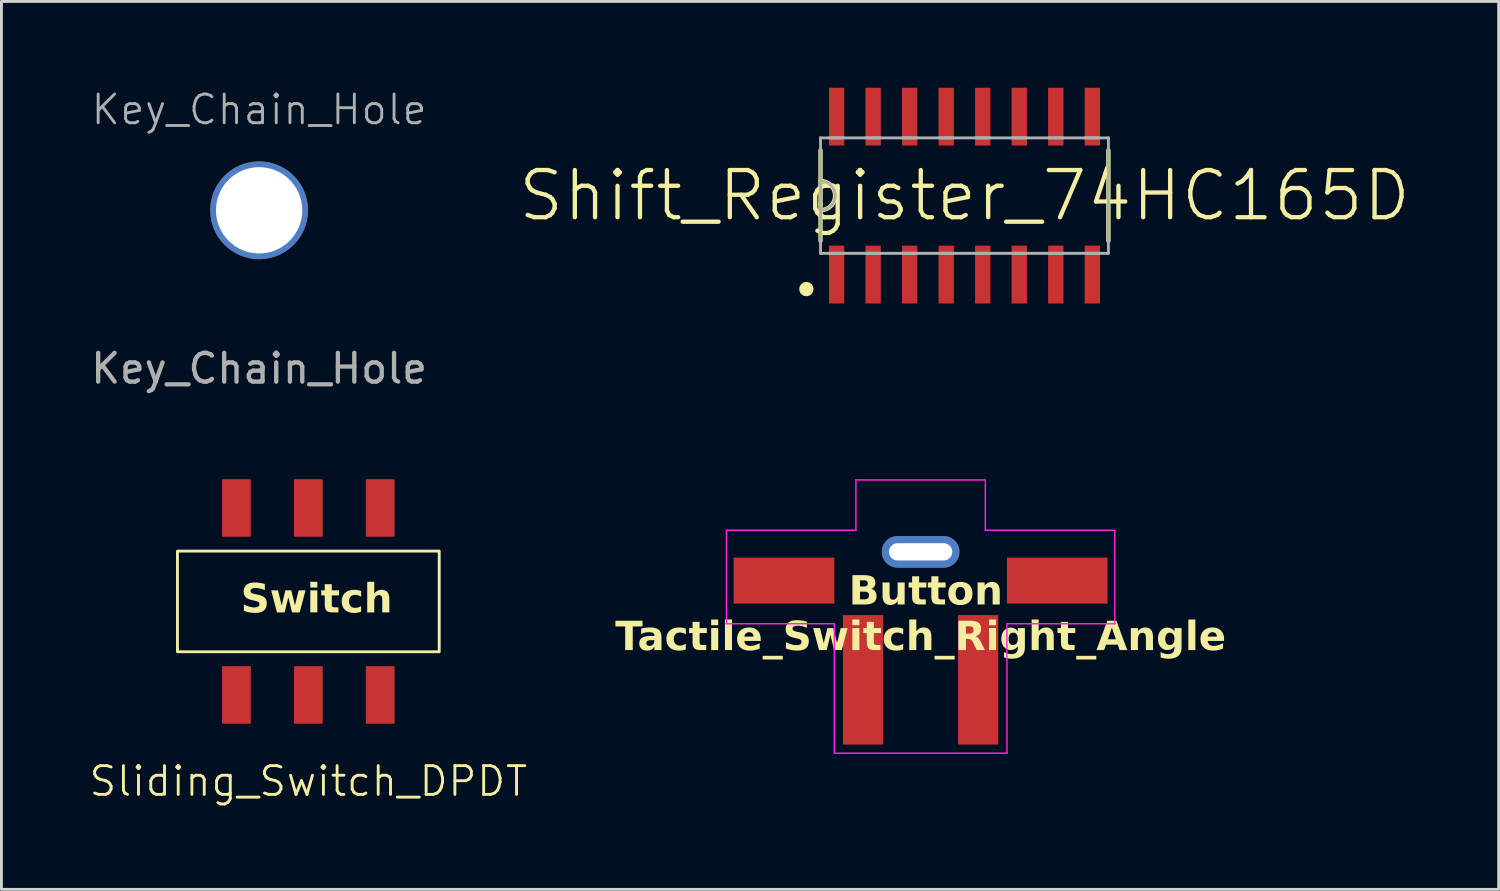
<source format=kicad_pcb>
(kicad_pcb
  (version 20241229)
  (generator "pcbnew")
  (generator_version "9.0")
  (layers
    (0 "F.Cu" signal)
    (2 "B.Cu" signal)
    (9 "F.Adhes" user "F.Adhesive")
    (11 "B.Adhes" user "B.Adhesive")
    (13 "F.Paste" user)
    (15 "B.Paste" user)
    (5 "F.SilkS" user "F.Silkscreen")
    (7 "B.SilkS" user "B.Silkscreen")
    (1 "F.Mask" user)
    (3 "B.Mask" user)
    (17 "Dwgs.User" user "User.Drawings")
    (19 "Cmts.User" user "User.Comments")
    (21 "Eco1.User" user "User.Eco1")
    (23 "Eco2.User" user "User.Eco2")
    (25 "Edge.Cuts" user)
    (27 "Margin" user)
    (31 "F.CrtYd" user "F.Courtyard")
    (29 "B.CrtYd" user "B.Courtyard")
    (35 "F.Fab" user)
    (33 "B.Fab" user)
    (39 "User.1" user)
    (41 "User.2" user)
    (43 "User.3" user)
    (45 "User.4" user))
  (footprint "Key_Chain_Hole"
    (layer "F.Cu")
    (at 5.958 4.261)
    (property "Reference" "Key_Chain_Hole" (at 0 -3.5 0) (unlocked yes) (layer "F.Fab") (effects (font (size 1 1) (thickness 0.1))))
    (attr through_hole)
    (fp_text user "${REFERENCE}" (at 0 5.5 0) (unlocked yes) (layer "F.Fab") (effects (font (size 1 1) (thickness 0.15))))
    (pad "1" thru_hole circle (at 0 0) (size 3.4 3.4) (drill 3) (layers "*.Cu" "*.Mask")))
  (footprint "Tactile_Switch_Right_Angle"
    (layer "F.Cu")
    (at 28.955 19.134)
    (property "Reference" "Tactile_Switch_Right_Angle" (at 0 0 0) (unlocked yes) (layer "F.SilkS") (effects (font (face "Arial Black") (size 1 1) (thickness 0.15))))
    (attr smd)
    (fp_line (start -6.75 -3.75) (end -2.25 -3.75) (stroke (width 0.05) (type default)) (layer "F.CrtYd"))
    (fp_line (start -6.75 -0.5) (end -6.75 -3.75) (stroke (width 0.05) (type default)) (layer "F.CrtYd"))
    (fp_line (start -3 -0.5) (end -6.75 -0.5) (stroke (width 0.05) (type default)) (layer "F.CrtYd"))
    (fp_line (start -3 4) (end -3 -0.5) (stroke (width 0.05) (type default)) (layer "F.CrtYd"))
    (fp_line (start -2.25 -5.5) (end 2.25 -5.5) (stroke (width 0.05) (type default)) (layer "F.CrtYd"))
    (fp_line (start -2.25 -3.75) (end -2.25 -5.5) (stroke (width 0.05) (type default)) (layer "F.CrtYd"))
    (fp_line (start 2.25 -5.5) (end 2.25 -3.75) (stroke (width 0.05) (type default)) (layer "F.CrtYd"))
    (fp_line (start 2.25 -3.75) (end 6.75 -3.75) (stroke (width 0.05) (type default)) (layer "F.CrtYd"))
    (fp_line (start 3 -0.5) (end 3 4) (stroke (width 0.05) (type default)) (layer "F.CrtYd"))
    (fp_line (start 3 4) (end -3 4) (stroke (width 0.05) (type default)) (layer "F.CrtYd"))
    (fp_line (start 6.75 -3.75) (end 6.75 -0.5) (stroke (width 0.05) (type default)) (layer "F.CrtYd"))
    (fp_line (start 6.75 -0.5) (end 3 -0.5) (stroke (width 0.05) (type default)) (layer "F.CrtYd"))
    (fp_text user "Button" (at -2.5 -1 0) (unlocked yes) (layer "F.SilkS") (effects (font (face "Arial Black") (size 1 1) (thickness 0.1)) (justify left bottom)))
    (pad "" smd rect (at -4.75 -2 180) (size 3.5 1.6) (layers "F.Cu" "F.Mask"))
    (pad "" thru_hole oval (at 0 -3) (size 2.7 1.1) (drill oval 2.2 0.6) (layers "*.Cu" "*.Mask"))
    (pad "" smd rect (at 4.75 -2 180) (size 3.5 1.6) (layers "F.Cu" "F.Mask"))
    (pad "1" smd rect (at -2 1.45 90) (size 4.5 1.4) (layers "F.Cu" "F.Mask"))
    (pad "2" smd rect (at 2 1.45 90) (size 4.5 1.4) (layers "F.Cu" "F.Mask")))
  (footprint "Sliding_Switch_DPDT"
    (layer "F.Cu")
    (at 7.669 17.859)
    (property "Reference" "Sliding_Switch_DPDT" (at 0 6.25 0) (unlocked yes) (layer "F.SilkS") (effects (font (size 1 1) (thickness 0.1))))
    (attr smd)
    (fp_rect (start -4.55 -1.75) (end 4.55 1.75) (stroke (width 0.1) (type default)) (fill no) (layer "F.SilkS"))
    (fp_text user "Switch" (at -2.35 0.55 0) (unlocked yes) (layer "F.SilkS") (effects (font (face "Arial Black") (size 1 1) (thickness 0.1)) (justify left bottom)))
    (pad "1" smd rect (at 2.5 -3.25) (size 1 2) (layers "F.Cu" "F.Mask"))
    (pad "1" smd rect (at 2.5 3.25) (size 1 2) (layers "F.Cu" "F.Mask"))
    (pad "2" smd rect (at 0 -3.25) (size 1 2) (layers "F.Cu" "F.Mask"))
    (pad "2" smd rect (at 0 3.25) (size 1 2) (layers "F.Cu" "F.Mask"))
    (pad "3" smd rect (at -2.5 -3.25) (size 1 2) (layers "F.Cu" "F.Mask"))
    (pad "3" smd rect (at -2.5 3.25) (size 1 2) (layers "F.Cu" "F.Mask")))
  (footprint "Shift_Register_74HC165D"
    (layer "F.Cu")
    (at 30.483 3.75)
    (property "Reference" "Shift_Register_74HC165D" (at 0 0 180) (layer "F.SilkS") (effects (font (size 1.64 1.64) (thickness 0.15))))
    (attr smd)
    (fp_line (start -5.008 -1.575) (end -5.008 -0.305) (stroke (width 0.152) (type solid)) (layer "F.SilkS"))
    (fp_line (start -5.008 -0.305) (end -5.008 0.305) (stroke (width 0.152) (type solid)) (layer "F.SilkS"))
    (fp_line (start -5.008 0.305) (end -5.008 1.575) (stroke (width 0.152) (type solid)) (layer "F.SilkS"))
    (fp_line (start 5 1.575) (end 5 -1.575) (stroke (width 0.152) (type solid)) (layer "F.SilkS"))
    (fp_arc (start -5.0076 -0.5076) (mid -4.5 0) (end -5.0076 0.5076) (stroke (width 0.1524) (type solid)) (layer "F.SilkS"))
    (fp_poly (pts (xy -5.25 3.25) (xy -5.269 3.154) (xy -5.323 3.073) (xy -5.404 3.019) (xy -5.5 3) (xy -5.596 3.019) (xy -5.677 3.073) (xy -5.731 3.154) (xy -5.75 3.25) (xy -5.731 3.346) (xy -5.677 3.427) (xy -5.596 3.481) (xy -5.5 3.5) (xy -5.404 3.481) (xy -5.323 3.427) (xy -5.269 3.346) (xy -5.25 3.25)) (stroke (width 0) (type solid)) (fill yes) (layer "F.SilkS"))
    (fp_line (start -5.008 -2.007) (end -5.008 -0.305) (stroke (width 0.1) (type solid)) (layer "F.Fab"))
    (fp_line (start -5.008 -0.305) (end -5.008 0.305) (stroke (width 0.1) (type solid)) (layer "F.Fab"))
    (fp_line (start -5.008 0.305) (end -5.008 2.007) (stroke (width 0.1) (type solid)) (layer "F.Fab"))
    (fp_line (start -5.008 2.007) (end 5 2.007) (stroke (width 0.1) (type solid)) (layer "F.Fab"))
    (fp_line (start -4.703 -2.007) (end -4.195 -2.007) (stroke (width 0.1) (type solid)) (layer "F.Fab"))
    (fp_line (start -4.195 2.007) (end -4.703 2.007) (stroke (width 0.1) (type solid)) (layer "F.Fab"))
    (fp_line (start -3.433 -2.007) (end -2.925 -2.007) (stroke (width 0.1) (type solid)) (layer "F.Fab"))
    (fp_line (start -2.925 2.007) (end -3.433 2.007) (stroke (width 0.1) (type solid)) (layer "F.Fab"))
    (fp_line (start -2.163 -2.007) (end -1.655 -2.007) (stroke (width 0.1) (type solid)) (layer "F.Fab"))
    (fp_line (start -1.655 2.007) (end -2.163 2.007) (stroke (width 0.1) (type solid)) (layer "F.Fab"))
    (fp_line (start -0.893 -2.007) (end -0.385 -2.007) (stroke (width 0.1) (type solid)) (layer "F.Fab"))
    (fp_line (start -0.385 2.007) (end -0.893 2.007) (stroke (width 0.1) (type solid)) (layer "F.Fab"))
    (fp_line (start 0.377 -2.007) (end 0.885 -2.007) (stroke (width 0.1) (type solid)) (layer "F.Fab"))
    (fp_line (start 0.885 2.007) (end 0.377 2.007) (stroke (width 0.1) (type solid)) (layer "F.Fab"))
    (fp_line (start 1.647 -2.007) (end 2.155 -2.007) (stroke (width 0.1) (type solid)) (layer "F.Fab"))
    (fp_line (start 2.155 2.007) (end 1.647 2.007) (stroke (width 0.1) (type solid)) (layer "F.Fab"))
    (fp_line (start 2.917 -2.007) (end 3.425 -2.007) (stroke (width 0.1) (type solid)) (layer "F.Fab"))
    (fp_line (start 3.425 2.007) (end 2.917 2.007) (stroke (width 0.1) (type solid)) (layer "F.Fab"))
    (fp_line (start 4.187 -2.007) (end 4.695 -2.007) (stroke (width 0.1) (type solid)) (layer "F.Fab"))
    (fp_line (start 4.695 2.007) (end 4.187 2.007) (stroke (width 0.1) (type solid)) (layer "F.Fab"))
    (fp_line (start 5 -2.007) (end -5.008 -2.007) (stroke (width 0.1) (type solid)) (layer "F.Fab"))
    (fp_line (start 5 2.007) (end 5 -2.007) (stroke (width 0.1) (type solid)) (layer "F.Fab"))
    (fp_arc (start -5.0076 -0.5076) (mid -4.5 0) (end -5.0076 0.5076) (stroke (width 0.1) (type solid)) (layer "F.Fab"))
    (pad "1" smd rect (at -4.449 2.745 90) (size 2.01 0.533) (layers "F.Cu" "F.Mask" "F.Paste"))
    (pad "2" smd rect (at -3.179 2.745 90) (size 2.01 0.533) (layers "F.Cu" "F.Mask" "F.Paste"))
    (pad "3" smd rect (at -1.909 2.745 90) (size 2.01 0.533) (layers "F.Cu" "F.Mask" "F.Paste"))
    (pad "4" smd rect (at -0.639 2.745 90) (size 2.01 0.533) (layers "F.Cu" "F.Mask" "F.Paste"))
    (pad "5" smd rect (at 0.631 2.745 90) (size 2.01 0.533) (layers "F.Cu" "F.Mask" "F.Paste"))
    (pad "6" smd rect (at 1.901 2.745 90) (size 2.01 0.533) (layers "F.Cu" "F.Mask" "F.Paste"))
    (pad "7" smd rect (at 3.171 2.745 90) (size 2.01 0.533) (layers "F.Cu" "F.Mask" "F.Paste"))
    (pad "8" smd rect (at 4.441 2.745 90) (size 2.01 0.533) (layers "F.Cu" "F.Mask" "F.Paste"))
    (pad "9" smd rect (at 4.441 -2.745 90) (size 2.01 0.533) (layers "F.Cu" "F.Mask" "F.Paste"))
    (pad "10" smd rect (at 3.171 -2.745 90) (size 2.01 0.533) (layers "F.Cu" "F.Mask" "F.Paste"))
    (pad "11" smd rect (at 1.901 -2.745 90) (size 2.01 0.533) (layers "F.Cu" "F.Mask" "F.Paste"))
    (pad "12" smd rect (at 0.631 -2.745 90) (size 2.01 0.533) (layers "F.Cu" "F.Mask" "F.Paste"))
    (pad "13" smd rect (at -0.639 -2.745 90) (size 2.01 0.533) (layers "F.Cu" "F.Mask" "F.Paste"))
    (pad "14" smd rect (at -1.909 -2.745 90) (size 2.01 0.533) (layers "F.Cu" "F.Mask" "F.Paste"))
    (pad "15" smd rect (at -3.179 -2.745 90) (size 2.01 0.533) (layers "F.Cu" "F.Mask" "F.Paste"))
    (pad "16" smd rect (at -4.449 -2.745 90) (size 2.01 0.533) (layers "F.Cu" "F.Mask" "F.Paste")))
  (gr_rect
    (start -3 -3)
    (end 49.05 27.869)
    (stroke (width 0.1) (type default))
    (fill no)
    (layer "Edge.Cuts")))
</source>
